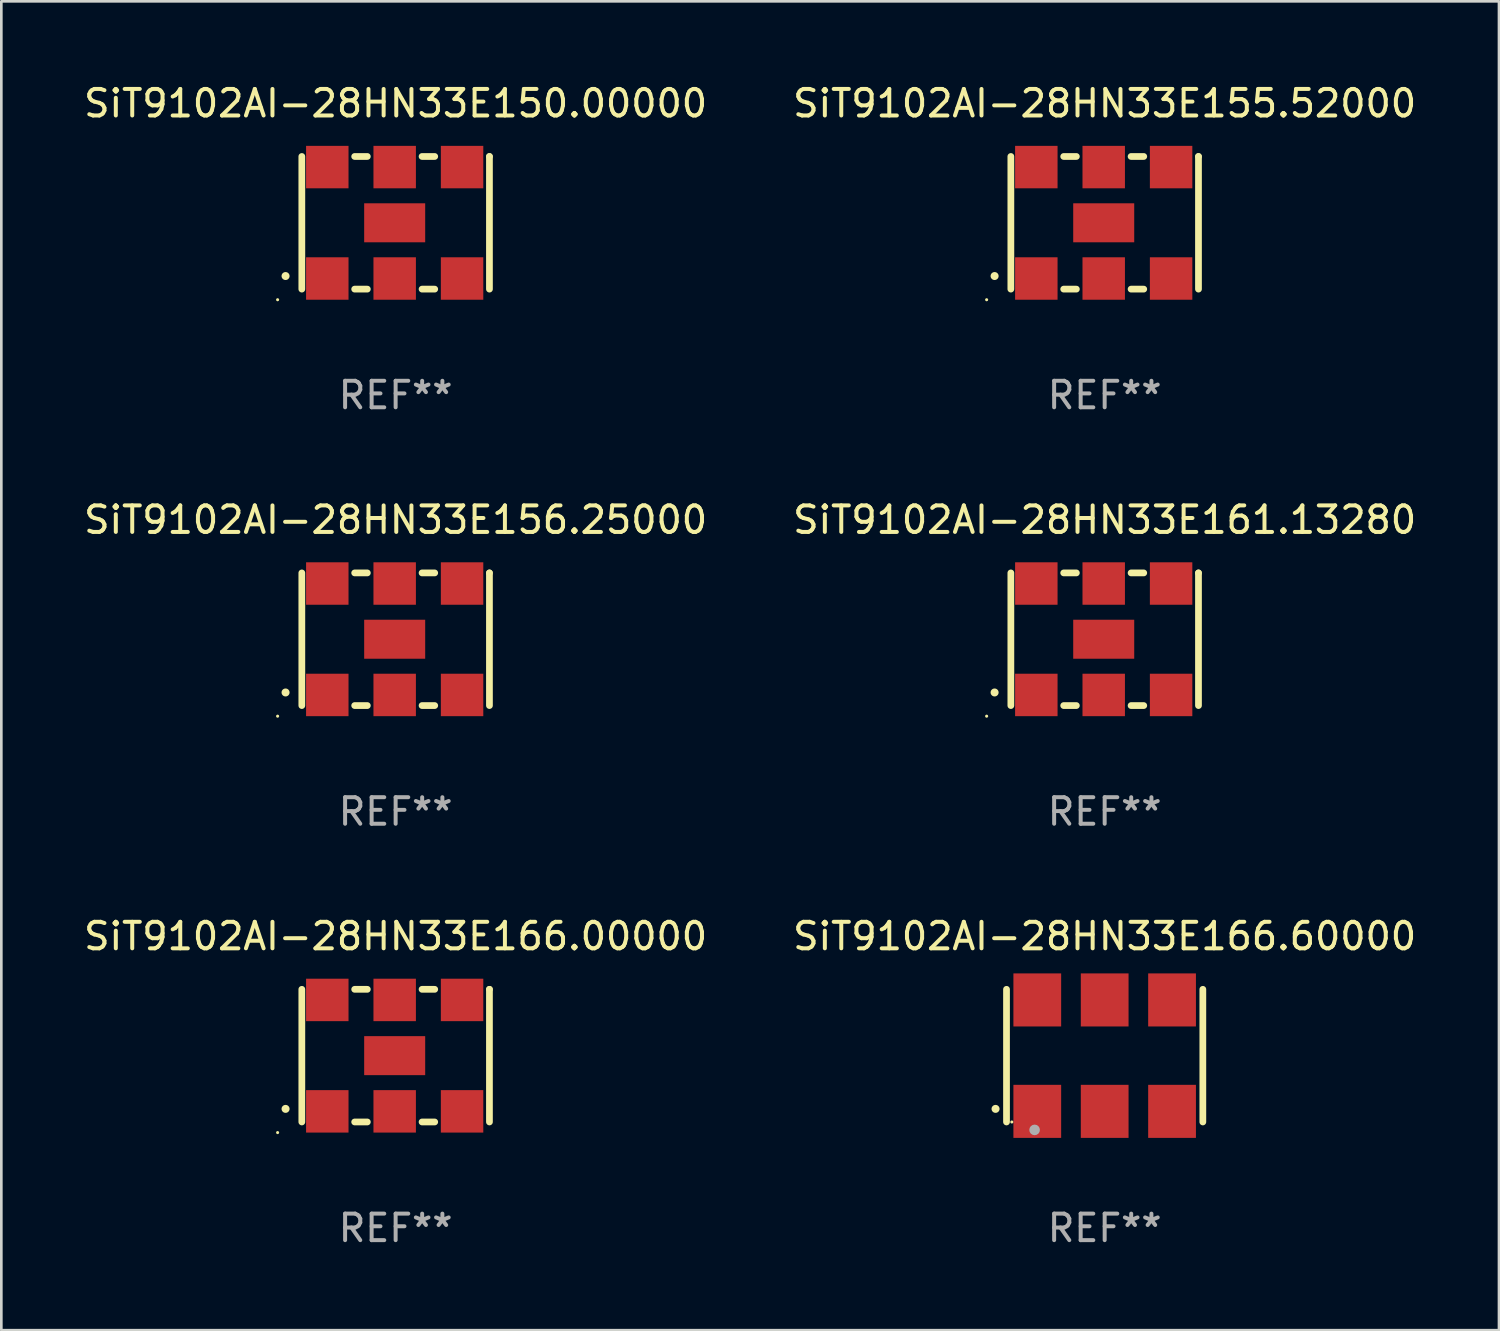
<source format=kicad_pcb>
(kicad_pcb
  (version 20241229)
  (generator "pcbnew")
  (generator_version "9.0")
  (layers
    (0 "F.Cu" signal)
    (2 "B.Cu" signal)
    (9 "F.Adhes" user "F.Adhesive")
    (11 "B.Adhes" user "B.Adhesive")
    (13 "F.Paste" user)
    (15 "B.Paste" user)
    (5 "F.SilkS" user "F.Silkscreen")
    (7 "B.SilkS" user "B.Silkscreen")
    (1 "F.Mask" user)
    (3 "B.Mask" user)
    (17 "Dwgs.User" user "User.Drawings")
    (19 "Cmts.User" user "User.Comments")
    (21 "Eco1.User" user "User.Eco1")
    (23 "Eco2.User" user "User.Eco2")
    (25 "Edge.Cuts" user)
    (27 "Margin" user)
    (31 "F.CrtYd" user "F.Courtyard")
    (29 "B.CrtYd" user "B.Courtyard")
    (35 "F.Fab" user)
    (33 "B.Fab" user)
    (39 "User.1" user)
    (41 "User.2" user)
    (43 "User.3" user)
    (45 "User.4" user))
  (footprint "SiT9102AI-28HN33E150.00000"
    (layer "F.Cu")
    (at 11.863 5.348)
    (property "Reference" "SiT9102AI-28HN33E150.00000" (at 0 -4.5 0) (layer "F.SilkS") (effects (font (size 1 1) (thickness 0.15))))
    (attr through_hole)
    (fp_line (start -3.536 -2.5) (end -3.536 2.5) (stroke (width 0.254) (type solid)) (layer "F.SilkS"))
    (fp_line (start -1.544 2.5) (end -1.067 2.5) (stroke (width 0.254) (type solid)) (layer "F.SilkS"))
    (fp_line (start -1.067 -2.5) (end -1.544 -2.5) (stroke (width 0.254) (type solid)) (layer "F.SilkS"))
    (fp_line (start 0.996 2.5) (end 1.473 2.5) (stroke (width 0.254) (type solid)) (layer "F.SilkS"))
    (fp_line (start 1.473 -2.5) (end 0.996 -2.5) (stroke (width 0.254) (type solid)) (layer "F.SilkS"))
    (fp_line (start 3.536 -2.5) (end 3.536 -2.5) (stroke (width 0.254) (type solid)) (layer "F.SilkS"))
    (fp_line (start 3.536 2.5) (end 3.536 -2.5) (stroke (width 0.254) (type solid)) (layer "F.SilkS"))
    (fp_arc (start -4.150432 2.006604) (mid -4.149162 2.006599) (end -4.147892 2.006604) (stroke (width 0.3) (type solid)) (layer "F.SilkS"))
    (fp_circle (center -4.449 2.9) (end -4.419 2.9) (stroke (width 0.06) (type solid)) (fill no) (layer "F.SilkS"))
    (fp_text user "REF**" (at 0 6.5 0) (layer "F.Fab") (effects (font (size 1 1) (thickness 0.15))))
    (pad "1" smd rect (at -2.576 2.1) (size 1.6 1.6) (layers "F.Cu" "F.Mask" "F.Paste"))
    (pad "2" smd rect (at -0.036 2.1) (size 1.6 1.6) (layers "F.Cu" "F.Mask" "F.Paste"))
    (pad "3" smd rect (at 2.504 2.1) (size 1.6 1.6) (layers "F.Cu" "F.Mask" "F.Paste"))
    (pad "4" smd rect (at 2.504 -2.1) (size 1.6 1.6) (layers "F.Cu" "F.Mask" "F.Paste"))
    (pad "5" smd rect (at -0.036 -2.1) (size 1.6 1.6) (layers "F.Cu" "F.Mask" "F.Paste"))
    (pad "6" smd rect (at -2.576 -2.1) (size 1.6 1.6) (layers "F.Cu" "F.Mask" "F.Paste"))
    (pad "7" smd rect (at -0.036 0) (size 2.3 1.47) (layers "F.Cu" "F.Mask" "F.Paste")))
  (footprint "SiT9102AI-28HN33E161.13280"
    (layer "F.Cu")
    (at 38.589 21.045)
    (property "Reference" "SiT9102AI-28HN33E161.13280" (at 0 -4.5 0) (layer "F.SilkS") (effects (font (size 1 1) (thickness 0.15))))
    (attr through_hole)
    (fp_line (start -3.536 -2.5) (end -3.536 2.5) (stroke (width 0.254) (type solid)) (layer "F.SilkS"))
    (fp_line (start -1.544 2.5) (end -1.067 2.5) (stroke (width 0.254) (type solid)) (layer "F.SilkS"))
    (fp_line (start -1.067 -2.5) (end -1.544 -2.5) (stroke (width 0.254) (type solid)) (layer "F.SilkS"))
    (fp_line (start 0.996 2.5) (end 1.473 2.5) (stroke (width 0.254) (type solid)) (layer "F.SilkS"))
    (fp_line (start 1.473 -2.5) (end 0.996 -2.5) (stroke (width 0.254) (type solid)) (layer "F.SilkS"))
    (fp_line (start 3.536 -2.5) (end 3.536 -2.5) (stroke (width 0.254) (type solid)) (layer "F.SilkS"))
    (fp_line (start 3.536 2.5) (end 3.536 -2.5) (stroke (width 0.254) (type solid)) (layer "F.SilkS"))
    (fp_arc (start -4.150432 2.006604) (mid -4.149162 2.006599) (end -4.147892 2.006604) (stroke (width 0.3) (type solid)) (layer "F.SilkS"))
    (fp_circle (center -4.449 2.9) (end -4.419 2.9) (stroke (width 0.06) (type solid)) (fill no) (layer "F.SilkS"))
    (fp_text user "REF**" (at 0 6.5 0) (layer "F.Fab") (effects (font (size 1 1) (thickness 0.15))))
    (pad "1" smd rect (at -2.576 2.1) (size 1.6 1.6) (layers "F.Cu" "F.Mask" "F.Paste"))
    (pad "2" smd rect (at -0.036 2.1) (size 1.6 1.6) (layers "F.Cu" "F.Mask" "F.Paste"))
    (pad "3" smd rect (at 2.504 2.1) (size 1.6 1.6) (layers "F.Cu" "F.Mask" "F.Paste"))
    (pad "4" smd rect (at 2.504 -2.1) (size 1.6 1.6) (layers "F.Cu" "F.Mask" "F.Paste"))
    (pad "5" smd rect (at -0.036 -2.1) (size 1.6 1.6) (layers "F.Cu" "F.Mask" "F.Paste"))
    (pad "6" smd rect (at -2.576 -2.1) (size 1.6 1.6) (layers "F.Cu" "F.Mask" "F.Paste"))
    (pad "7" smd rect (at -0.036 0) (size 2.3 1.47) (layers "F.Cu" "F.Mask" "F.Paste")))
  (footprint "SiT9102AI-28HN33E155.52000"
    (layer "F.Cu")
    (at 38.589 5.348)
    (property "Reference" "SiT9102AI-28HN33E155.52000" (at 0 -4.5 0) (layer "F.SilkS") (effects (font (size 1 1) (thickness 0.15))))
    (attr through_hole)
    (fp_line (start -3.536 -2.5) (end -3.536 2.5) (stroke (width 0.254) (type solid)) (layer "F.SilkS"))
    (fp_line (start -1.544 2.5) (end -1.067 2.5) (stroke (width 0.254) (type solid)) (layer "F.SilkS"))
    (fp_line (start -1.067 -2.5) (end -1.544 -2.5) (stroke (width 0.254) (type solid)) (layer "F.SilkS"))
    (fp_line (start 0.996 2.5) (end 1.473 2.5) (stroke (width 0.254) (type solid)) (layer "F.SilkS"))
    (fp_line (start 1.473 -2.5) (end 0.996 -2.5) (stroke (width 0.254) (type solid)) (layer "F.SilkS"))
    (fp_line (start 3.536 -2.5) (end 3.536 -2.5) (stroke (width 0.254) (type solid)) (layer "F.SilkS"))
    (fp_line (start 3.536 2.5) (end 3.536 -2.5) (stroke (width 0.254) (type solid)) (layer "F.SilkS"))
    (fp_arc (start -4.150432 2.006604) (mid -4.149162 2.006599) (end -4.147892 2.006604) (stroke (width 0.3) (type solid)) (layer "F.SilkS"))
    (fp_circle (center -4.449 2.9) (end -4.419 2.9) (stroke (width 0.06) (type solid)) (fill no) (layer "F.SilkS"))
    (fp_text user "REF**" (at 0 6.5 0) (layer "F.Fab") (effects (font (size 1 1) (thickness 0.15))))
    (pad "1" smd rect (at -2.576 2.1) (size 1.6 1.6) (layers "F.Cu" "F.Mask" "F.Paste"))
    (pad "2" smd rect (at -0.036 2.1) (size 1.6 1.6) (layers "F.Cu" "F.Mask" "F.Paste"))
    (pad "3" smd rect (at 2.504 2.1) (size 1.6 1.6) (layers "F.Cu" "F.Mask" "F.Paste"))
    (pad "4" smd rect (at 2.504 -2.1) (size 1.6 1.6) (layers "F.Cu" "F.Mask" "F.Paste"))
    (pad "5" smd rect (at -0.036 -2.1) (size 1.6 1.6) (layers "F.Cu" "F.Mask" "F.Paste"))
    (pad "6" smd rect (at -2.576 -2.1) (size 1.6 1.6) (layers "F.Cu" "F.Mask" "F.Paste"))
    (pad "7" smd rect (at -0.036 0) (size 2.3 1.47) (layers "F.Cu" "F.Mask" "F.Paste")))
  (footprint "SiT9102AI-28HN33E156.25000"
    (layer "F.Cu")
    (at 11.863 21.045)
    (property "Reference" "SiT9102AI-28HN33E156.25000" (at 0 -4.5 0) (layer "F.SilkS") (effects (font (size 1 1) (thickness 0.15))))
    (attr through_hole)
    (fp_line (start -3.536 -2.5) (end -3.536 2.5) (stroke (width 0.254) (type solid)) (layer "F.SilkS"))
    (fp_line (start -1.544 2.5) (end -1.067 2.5) (stroke (width 0.254) (type solid)) (layer "F.SilkS"))
    (fp_line (start -1.067 -2.5) (end -1.544 -2.5) (stroke (width 0.254) (type solid)) (layer "F.SilkS"))
    (fp_line (start 0.996 2.5) (end 1.473 2.5) (stroke (width 0.254) (type solid)) (layer "F.SilkS"))
    (fp_line (start 1.473 -2.5) (end 0.996 -2.5) (stroke (width 0.254) (type solid)) (layer "F.SilkS"))
    (fp_line (start 3.536 -2.5) (end 3.536 -2.5) (stroke (width 0.254) (type solid)) (layer "F.SilkS"))
    (fp_line (start 3.536 2.5) (end 3.536 -2.5) (stroke (width 0.254) (type solid)) (layer "F.SilkS"))
    (fp_arc (start -4.150432 2.006604) (mid -4.149162 2.006599) (end -4.147892 2.006604) (stroke (width 0.3) (type solid)) (layer "F.SilkS"))
    (fp_circle (center -4.449 2.9) (end -4.419 2.9) (stroke (width 0.06) (type solid)) (fill no) (layer "F.SilkS"))
    (fp_text user "REF**" (at 0 6.5 0) (layer "F.Fab") (effects (font (size 1 1) (thickness 0.15))))
    (pad "1" smd rect (at -2.576 2.1) (size 1.6 1.6) (layers "F.Cu" "F.Mask" "F.Paste"))
    (pad "2" smd rect (at -0.036 2.1) (size 1.6 1.6) (layers "F.Cu" "F.Mask" "F.Paste"))
    (pad "3" smd rect (at 2.504 2.1) (size 1.6 1.6) (layers "F.Cu" "F.Mask" "F.Paste"))
    (pad "4" smd rect (at 2.504 -2.1) (size 1.6 1.6) (layers "F.Cu" "F.Mask" "F.Paste"))
    (pad "5" smd rect (at -0.036 -2.1) (size 1.6 1.6) (layers "F.Cu" "F.Mask" "F.Paste"))
    (pad "6" smd rect (at -2.576 -2.1) (size 1.6 1.6) (layers "F.Cu" "F.Mask" "F.Paste"))
    (pad "7" smd rect (at -0.036 0) (size 2.3 1.47) (layers "F.Cu" "F.Mask" "F.Paste")))
  (footprint "SiT9102AI-28HN33E166.60000"
    (layer "F.Cu")
    (at 38.589 36.741)
    (property "Reference" "SiT9102AI-28HN33E166.60000" (at 0 -4.5 0) (layer "F.SilkS") (effects (font (size 1 1) (thickness 0.15))))
    (attr through_hole)
    (fp_line (start -3.7 -2.5) (end -3.7 2.5) (stroke (width 0.254) (type solid)) (layer "F.SilkS"))
    (fp_line (start 3.7 -2.5) (end 3.7 2.5) (stroke (width 0.254) (type solid)) (layer "F.SilkS"))
    (fp_arc (start -4.114415 2.006604) (mid -4.113145 2.006599) (end -4.111875 2.006604) (stroke (width 0.3) (type solid)) (layer "F.SilkS"))
    (fp_circle (center -3.5 2.501) (end -3.47 2.501) (stroke (width 0.06) (type solid)) (fill no) (layer "F.SilkS"))
    (fp_circle (center -2.641 2.799) (end -2.541 2.799) (stroke (width 0.2) (type solid)) (fill no) (layer "F.Fab"))
    (fp_text user "REF**" (at 0 6.5 0) (layer "F.Fab") (effects (font (size 1 1) (thickness 0.15))))
    (pad "1" smd rect (at -2.54 2.1) (size 1.8 2) (layers "F.Cu" "F.Mask" "F.Paste"))
    (pad "2" smd rect (at 0.000394 2.1) (size 1.8 2) (layers "F.Cu" "F.Mask" "F.Paste"))
    (pad "3" smd rect (at 2.54 2.1) (size 1.8 2) (layers "F.Cu" "F.Mask" "F.Paste"))
    (pad "4" smd rect (at 2.54 -2.1) (size 1.8 2) (layers "F.Cu" "F.Mask" "F.Paste"))
    (pad "5" smd rect (at 0.000394 -2.1) (size 1.8 2) (layers "F.Cu" "F.Mask" "F.Paste"))
    (pad "6" smd rect (at -2.54 -2.1) (size 1.8 2) (layers "F.Cu" "F.Mask" "F.Paste")))
  (footprint "SiT9102AI-28HN33E166.00000"
    (layer "F.Cu")
    (at 11.863 36.741)
    (property "Reference" "SiT9102AI-28HN33E166.00000" (at 0 -4.5 0) (layer "F.SilkS") (effects (font (size 1 1) (thickness 0.15))))
    (attr through_hole)
    (fp_line (start -3.536 -2.5) (end -3.536 2.5) (stroke (width 0.254) (type solid)) (layer "F.SilkS"))
    (fp_line (start -1.544 2.5) (end -1.067 2.5) (stroke (width 0.254) (type solid)) (layer "F.SilkS"))
    (fp_line (start -1.067 -2.5) (end -1.544 -2.5) (stroke (width 0.254) (type solid)) (layer "F.SilkS"))
    (fp_line (start 0.996 2.5) (end 1.473 2.5) (stroke (width 0.254) (type solid)) (layer "F.SilkS"))
    (fp_line (start 1.473 -2.5) (end 0.996 -2.5) (stroke (width 0.254) (type solid)) (layer "F.SilkS"))
    (fp_line (start 3.536 -2.5) (end 3.536 -2.5) (stroke (width 0.254) (type solid)) (layer "F.SilkS"))
    (fp_line (start 3.536 2.5) (end 3.536 -2.5) (stroke (width 0.254) (type solid)) (layer "F.SilkS"))
    (fp_arc (start -4.150432 2.006604) (mid -4.149162 2.006599) (end -4.147892 2.006604) (stroke (width 0.3) (type solid)) (layer "F.SilkS"))
    (fp_circle (center -4.449 2.9) (end -4.419 2.9) (stroke (width 0.06) (type solid)) (fill no) (layer "F.SilkS"))
    (fp_text user "REF**" (at 0 6.5 0) (layer "F.Fab") (effects (font (size 1 1) (thickness 0.15))))
    (pad "1" smd rect (at -2.576 2.1) (size 1.6 1.6) (layers "F.Cu" "F.Mask" "F.Paste"))
    (pad "2" smd rect (at -0.036 2.1) (size 1.6 1.6) (layers "F.Cu" "F.Mask" "F.Paste"))
    (pad "3" smd rect (at 2.504 2.1) (size 1.6 1.6) (layers "F.Cu" "F.Mask" "F.Paste"))
    (pad "4" smd rect (at 2.504 -2.1) (size 1.6 1.6) (layers "F.Cu" "F.Mask" "F.Paste"))
    (pad "5" smd rect (at -0.036 -2.1) (size 1.6 1.6) (layers "F.Cu" "F.Mask" "F.Paste"))
    (pad "6" smd rect (at -2.576 -2.1) (size 1.6 1.6) (layers "F.Cu" "F.Mask" "F.Paste"))
    (pad "7" smd rect (at -0.036 0) (size 2.3 1.47) (layers "F.Cu" "F.Mask" "F.Paste")))
  (gr_rect
    (start -3 -3)
    (end 53.452 47.09)
    (stroke (width 0.1) (type default))
    (fill no)
    (layer "Edge.Cuts")))
</source>
